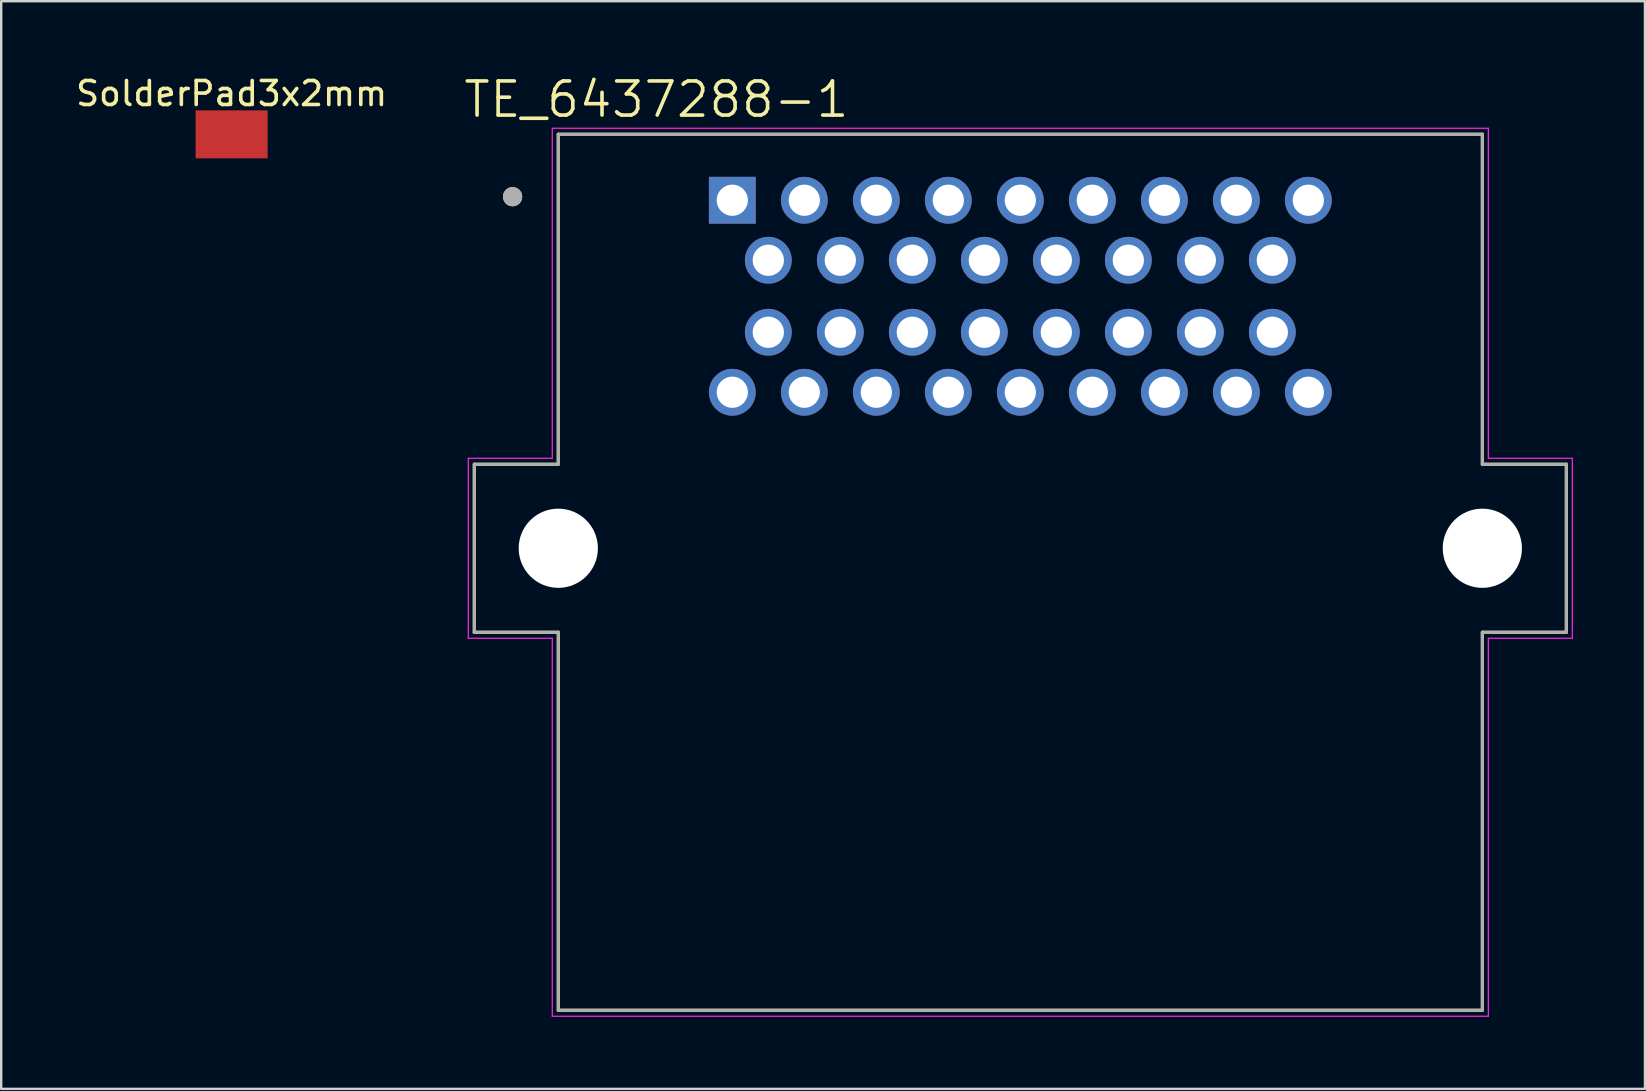
<source format=kicad_pcb>
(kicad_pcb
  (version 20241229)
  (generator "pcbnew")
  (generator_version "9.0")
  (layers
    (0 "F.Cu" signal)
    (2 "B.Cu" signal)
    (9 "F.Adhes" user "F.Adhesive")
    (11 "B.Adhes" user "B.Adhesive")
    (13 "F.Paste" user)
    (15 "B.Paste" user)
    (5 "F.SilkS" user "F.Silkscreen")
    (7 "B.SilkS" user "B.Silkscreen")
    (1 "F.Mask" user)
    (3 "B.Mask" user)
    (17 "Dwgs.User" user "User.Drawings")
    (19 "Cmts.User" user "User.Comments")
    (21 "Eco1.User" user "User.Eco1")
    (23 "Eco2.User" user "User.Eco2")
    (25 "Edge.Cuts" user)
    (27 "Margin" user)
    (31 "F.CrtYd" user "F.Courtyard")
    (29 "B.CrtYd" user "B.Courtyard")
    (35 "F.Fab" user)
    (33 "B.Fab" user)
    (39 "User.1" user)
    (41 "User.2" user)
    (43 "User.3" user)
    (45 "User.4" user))
  (footprint "SolderPad3x2mm"
    (layer "F.Cu")
    (at 6.601 2.548)
    (property "Reference" "SolderPad3x2mm" (at 0 -1.7 0) (unlocked yes) (layer "F.SilkS") (effects (font (size 1 1) (thickness 0.15))))
    (attr smd)
    (pad "1" smd rect (at 0 0 90) (size 2 3) (layers "F.Cu" "F.Mask" "F.Paste")))
  (footprint "TE_6437288-1"
    (layer "F.Cu")
    (at 39.461 9.293)
    (property "Reference" "TE_6437288-1" (at -15.163 -8.199 0) (layer "F.SilkS") (effects (font (size 1.42 1.42) (thickness 0.15))))
    (attr through_hole)
    (fp_line (start -22.75 7) (end -22.75 14) (stroke (width 0.127) (type solid)) (layer "F.SilkS"))
    (fp_line (start -22.75 14) (end -19.25 14) (stroke (width 0.127) (type solid)) (layer "F.SilkS"))
    (fp_line (start -19.253 -6.748) (end -19.253 7) (stroke (width 0.127) (type solid)) (layer "F.SilkS"))
    (fp_line (start -19.253 7) (end -22.75 7) (stroke (width 0.127) (type solid)) (layer "F.SilkS"))
    (fp_line (start -19.25 14) (end -19.25 29.75) (stroke (width 0.127) (type solid)) (layer "F.SilkS"))
    (fp_line (start -19.25 29.75) (end 19.25 29.75) (stroke (width 0.127) (type solid)) (layer "F.SilkS"))
    (fp_line (start 19.25 -6.75) (end -19.25 -6.75) (stroke (width 0.127) (type solid)) (layer "F.SilkS"))
    (fp_line (start 19.25 7) (end 19.25 -6.75) (stroke (width 0.127) (type solid)) (layer "F.SilkS"))
    (fp_line (start 19.25 14) (end 22.75 14) (stroke (width 0.127) (type solid)) (layer "F.SilkS"))
    (fp_line (start 19.25 29.75) (end 19.25 14) (stroke (width 0.127) (type solid)) (layer "F.SilkS"))
    (fp_line (start 22.75 7) (end 19.25 7) (stroke (width 0.127) (type solid)) (layer "F.SilkS"))
    (fp_line (start 22.75 14) (end 22.75 7) (stroke (width 0.127) (type solid)) (layer "F.SilkS"))
    (fp_circle (center -21.154 -4.148) (end -20.954 -4.148) (stroke (width 0.4) (type solid)) (fill no) (layer "F.SilkS"))
    (fp_line (start -23 6.75) (end -23 14.25) (stroke (width 0.05) (type solid)) (layer "F.CrtYd"))
    (fp_line (start -23 14.25) (end -19.5 14.25) (stroke (width 0.05) (type solid)) (layer "F.CrtYd"))
    (fp_line (start -19.5 -7) (end -19.5 6.75) (stroke (width 0.05) (type solid)) (layer "F.CrtYd"))
    (fp_line (start -19.5 6.75) (end -23 6.75) (stroke (width 0.05) (type solid)) (layer "F.CrtYd"))
    (fp_line (start -19.5 14.25) (end -19.5 30) (stroke (width 0.05) (type solid)) (layer "F.CrtYd"))
    (fp_line (start -19.5 30) (end 19.5 30) (stroke (width 0.05) (type solid)) (layer "F.CrtYd"))
    (fp_line (start 19.5 -7) (end -19.5 -7) (stroke (width 0.05) (type solid)) (layer "F.CrtYd"))
    (fp_line (start 19.5 6.75) (end 19.5 -7) (stroke (width 0.05) (type solid)) (layer "F.CrtYd"))
    (fp_line (start 19.5 14.25) (end 23 14.25) (stroke (width 0.05) (type solid)) (layer "F.CrtYd"))
    (fp_line (start 19.5 30) (end 19.5 14.25) (stroke (width 0.05) (type solid)) (layer "F.CrtYd"))
    (fp_line (start 23 6.75) (end 19.5 6.75) (stroke (width 0.05) (type solid)) (layer "F.CrtYd"))
    (fp_line (start 23 14.25) (end 23 6.75) (stroke (width 0.05) (type solid)) (layer "F.CrtYd"))
    (fp_line (start -22.75 7) (end -22.75 14) (stroke (width 0.127) (type solid)) (layer "F.Fab"))
    (fp_line (start -22.75 14) (end -19.25 14) (stroke (width 0.127) (type solid)) (layer "F.Fab"))
    (fp_line (start -19.25 -6.75) (end -19.25 7) (stroke (width 0.127) (type solid)) (layer "F.Fab"))
    (fp_line (start -19.25 7) (end -22.75 7) (stroke (width 0.127) (type solid)) (layer "F.Fab"))
    (fp_line (start -19.25 14) (end -19.25 29.75) (stroke (width 0.127) (type solid)) (layer "F.Fab"))
    (fp_line (start -19.25 29.75) (end 19.25 29.75) (stroke (width 0.127) (type solid)) (layer "F.Fab"))
    (fp_line (start 19.25 -6.75) (end -19.25 -6.75) (stroke (width 0.127) (type solid)) (layer "F.Fab"))
    (fp_line (start 19.25 7) (end 19.25 -6.75) (stroke (width 0.127) (type solid)) (layer "F.Fab"))
    (fp_line (start 19.25 7) (end 22.75 7) (stroke (width 0.127) (type solid)) (layer "F.Fab"))
    (fp_line (start 19.25 29.75) (end 19.25 14) (stroke (width 0.127) (type solid)) (layer "F.Fab"))
    (fp_line (start 22.75 7) (end 22.75 14) (stroke (width 0.127) (type solid)) (layer "F.Fab"))
    (fp_line (start 22.75 14) (end 19.25 14) (stroke (width 0.127) (type solid)) (layer "F.Fab"))
    (fp_circle (center -21.154 -4.148) (end -20.954 -4.148) (stroke (width 0.4) (type solid)) (fill no) (layer "F.Fab"))
    (pad "" np_thru_hole circle (at -19.25 10.5) (size 3.3 3.3) (drill 3.3) (layers "*.Cu" "*.Mask"))
    (pad "" np_thru_hole circle (at 19.25 10.5) (size 3.3 3.3) (drill 3.3) (layers "*.Cu" "*.Mask"))
    (pad "1" thru_hole rect (at -12 -4) (size 1.95 1.95) (drill 1.3) (layers "*.Cu" "*.Mask"))
    (pad "2" thru_hole circle (at -9 -4) (size 1.95 1.95) (drill 1.3) (layers "*.Cu" "*.Mask"))
    (pad "3" thru_hole circle (at -6 -4) (size 1.95 1.95) (drill 1.3) (layers "*.Cu" "*.Mask"))
    (pad "4" thru_hole circle (at -3 -4) (size 1.95 1.95) (drill 1.3) (layers "*.Cu" "*.Mask"))
    (pad "5" thru_hole circle (at 0 -4) (size 1.95 1.95) (drill 1.3) (layers "*.Cu" "*.Mask"))
    (pad "6" thru_hole circle (at 3 -4) (size 1.95 1.95) (drill 1.3) (layers "*.Cu" "*.Mask"))
    (pad "7" thru_hole circle (at 6 -4) (size 1.95 1.95) (drill 1.3) (layers "*.Cu" "*.Mask"))
    (pad "8" thru_hole circle (at 9 -4) (size 1.95 1.95) (drill 1.3) (layers "*.Cu" "*.Mask"))
    (pad "9" thru_hole circle (at 12 -4) (size 1.95 1.95) (drill 1.3) (layers "*.Cu" "*.Mask"))
    (pad "10" thru_hole circle (at -10.5 -1.5) (size 1.95 1.95) (drill 1.3) (layers "*.Cu" "*.Mask"))
    (pad "11" thru_hole circle (at -7.5 -1.5) (size 1.95 1.95) (drill 1.3) (layers "*.Cu" "*.Mask"))
    (pad "12" thru_hole circle (at -4.5 -1.5) (size 1.95 1.95) (drill 1.3) (layers "*.Cu" "*.Mask"))
    (pad "13" thru_hole circle (at -1.5 -1.5) (size 1.95 1.95) (drill 1.3) (layers "*.Cu" "*.Mask"))
    (pad "14" thru_hole circle (at 1.5 -1.5) (size 1.95 1.95) (drill 1.3) (layers "*.Cu" "*.Mask"))
    (pad "15" thru_hole circle (at 4.5 -1.5) (size 1.95 1.95) (drill 1.3) (layers "*.Cu" "*.Mask"))
    (pad "16" thru_hole circle (at 7.5 -1.5) (size 1.95 1.95) (drill 1.3) (layers "*.Cu" "*.Mask"))
    (pad "17" thru_hole circle (at 10.5 -1.5) (size 1.95 1.95) (drill 1.3) (layers "*.Cu" "*.Mask"))
    (pad "18" thru_hole circle (at -10.5 1.5) (size 1.95 1.95) (drill 1.3) (layers "*.Cu" "*.Mask"))
    (pad "19" thru_hole circle (at -7.5 1.5) (size 1.95 1.95) (drill 1.3) (layers "*.Cu" "*.Mask"))
    (pad "20" thru_hole circle (at -4.5 1.5) (size 1.95 1.95) (drill 1.3) (layers "*.Cu" "*.Mask"))
    (pad "21" thru_hole circle (at -1.5 1.5) (size 1.95 1.95) (drill 1.3) (layers "*.Cu" "*.Mask"))
    (pad "22" thru_hole circle (at 1.5 1.5) (size 1.95 1.95) (drill 1.3) (layers "*.Cu" "*.Mask"))
    (pad "23" thru_hole circle (at 4.5 1.5) (size 1.95 1.95) (drill 1.3) (layers "*.Cu" "*.Mask"))
    (pad "24" thru_hole circle (at 7.5 1.5) (size 1.95 1.95) (drill 1.3) (layers "*.Cu" "*.Mask"))
    (pad "25" thru_hole circle (at 10.5 1.5) (size 1.95 1.95) (drill 1.3) (layers "*.Cu" "*.Mask"))
    (pad "26" thru_hole circle (at -12 4) (size 1.95 1.95) (drill 1.3) (layers "*.Cu" "*.Mask"))
    (pad "27" thru_hole circle (at -9 4) (size 1.95 1.95) (drill 1.3) (layers "*.Cu" "*.Mask"))
    (pad "28" thru_hole circle (at -6 4) (size 1.95 1.95) (drill 1.3) (layers "*.Cu" "*.Mask"))
    (pad "29" thru_hole circle (at -3 4) (size 1.95 1.95) (drill 1.3) (layers "*.Cu" "*.Mask"))
    (pad "30" thru_hole circle (at 0 4) (size 1.95 1.95) (drill 1.3) (layers "*.Cu" "*.Mask"))
    (pad "31" thru_hole circle (at 3 4) (size 1.95 1.95) (drill 1.3) (layers "*.Cu" "*.Mask"))
    (pad "32" thru_hole circle (at 6 4) (size 1.95 1.95) (drill 1.3) (layers "*.Cu" "*.Mask"))
    (pad "33" thru_hole circle (at 9 4) (size 1.95 1.95) (drill 1.3) (layers "*.Cu" "*.Mask"))
    (pad "34" thru_hole circle (at 12 4) (size 1.95 1.95) (drill 1.3) (layers "*.Cu" "*.Mask")))
  (gr_rect
    (start -3 -3)
    (end 65.486 42.318)
    (stroke (width 0.1) (type default))
    (fill no)
    (layer "Edge.Cuts")))
</source>
